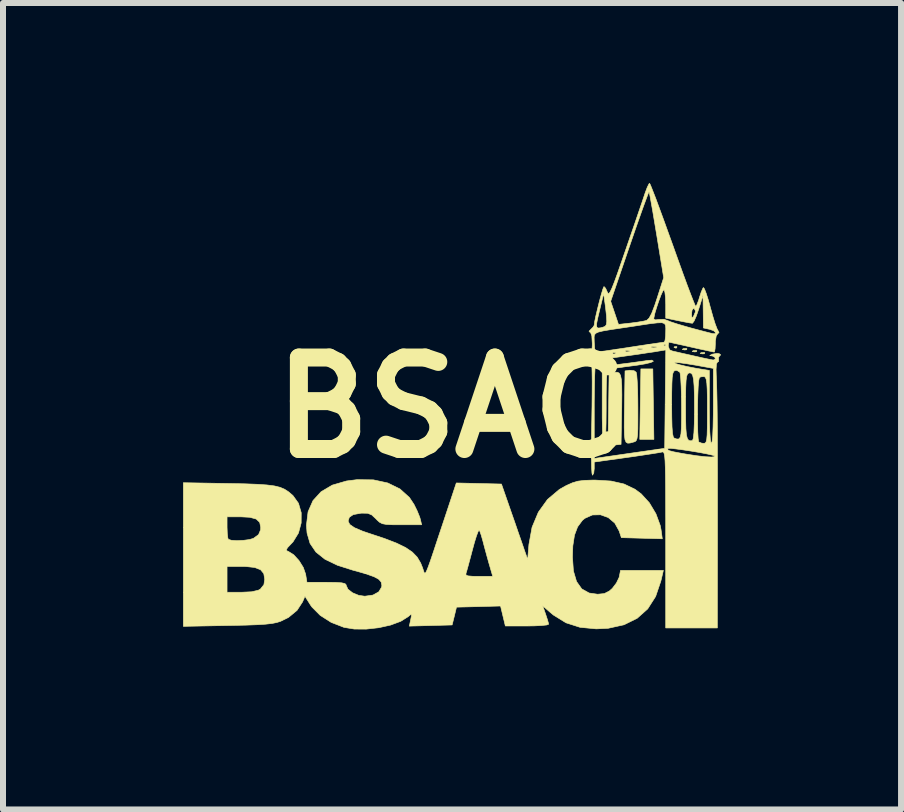
<source format=kicad_pcb>
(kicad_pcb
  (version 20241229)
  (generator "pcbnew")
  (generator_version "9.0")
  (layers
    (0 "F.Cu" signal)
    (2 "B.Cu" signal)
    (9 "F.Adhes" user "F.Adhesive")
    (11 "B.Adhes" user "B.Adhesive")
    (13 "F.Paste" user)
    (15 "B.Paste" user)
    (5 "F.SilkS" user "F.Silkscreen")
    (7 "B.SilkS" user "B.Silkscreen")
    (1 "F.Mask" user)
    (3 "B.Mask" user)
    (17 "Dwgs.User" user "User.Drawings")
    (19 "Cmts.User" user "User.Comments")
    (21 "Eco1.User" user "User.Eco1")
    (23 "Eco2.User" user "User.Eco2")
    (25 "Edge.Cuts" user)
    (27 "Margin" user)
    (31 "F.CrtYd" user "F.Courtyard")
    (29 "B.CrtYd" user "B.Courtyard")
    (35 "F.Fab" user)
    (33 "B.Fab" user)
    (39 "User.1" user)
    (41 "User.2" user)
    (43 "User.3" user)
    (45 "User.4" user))
  (footprint "BSAC"
    (layer "F.Cu")
    (at 4.47 3.742)
    (property "Reference" "BSAC" (at 0 0 0) (layer "F.SilkS") (effects (font (size 1.524 1.524) (thickness 0.3))))
    (attr through_hole)
    (fp_poly (pts (xy 3.366 -0.058) (xy 3.375 0.529) (xy 3.14 0.529) (xy 3.149 -0.058) (xy 3.158 -0.645) (xy 3.357 -0.645) (xy 3.366 -0.058)) (stroke (width 0.01) (type solid)) (fill yes) (layer "F.SilkS"))
    (fp_poly (pts (xy 3.759 -1.014) (xy 3.755 -0.995) (xy 3.737 -0.992) (xy 3.71 -1.004) (xy 3.715 -1.014) (xy 3.754 -1.018) (xy 3.759 -1.014)) (stroke (width 0.01) (type solid)) (fill yes) (layer "F.SilkS"))
    (fp_poly (pts (xy 3.927 -0.979) (xy 3.917 -0.964) (xy 3.883 -0.962) (xy 3.848 -0.97) (xy 3.863 -0.982) (xy 3.915 -0.986) (xy 3.927 -0.979)) (stroke (width 0.01) (type solid)) (fill yes) (layer "F.SilkS"))
    (fp_poly (pts (xy 4.092 -0.946) (xy 4.082 -0.931) (xy 4.049 -0.929) (xy 4.013 -0.937) (xy 4.029 -0.949) (xy 4.08 -0.953) (xy 4.092 -0.946)) (stroke (width 0.01) (type solid)) (fill yes) (layer "F.SilkS"))
    (fp_poly (pts (xy 4.224 -0.913) (xy 4.215 -0.898) (xy 4.181 -0.896) (xy 4.146 -0.904) (xy 4.161 -0.916) (xy 4.213 -0.92) (xy 4.224 -0.913)) (stroke (width 0.01) (type solid)) (fill yes) (layer "F.SilkS"))
    (fp_poly (pts (xy 2.795 -0.577) (xy 2.818 -0.54) (xy 2.832 -0.473) (xy 2.839 -0.366) (xy 2.841 -0.213) (xy 2.839 -0.004) (xy 2.837 0.083) (xy 2.828 0.612) (xy 2.611 0.633) (xy 2.62 0.027) (xy 2.629 -0.579) (xy 2.719 -0.589) (xy 2.763 -0.59) (xy 2.795 -0.577)) (stroke (width 0.01) (type solid)) (fill yes) (layer "F.SilkS"))
    (fp_poly (pts (xy 3.045 -0.615) (xy 3.08 -0.59) (xy 3.089 -0.543) (xy 3.097 -0.443) (xy 3.104 -0.3) (xy 3.107 -0.127) (xy 3.108 0.004) (xy 3.108 0.207) (xy 3.107 0.352) (xy 3.103 0.452) (xy 3.094 0.514) (xy 3.081 0.548) (xy 3.061 0.566) (xy 3.034 0.574) (xy 2.979 0.589) (xy 2.939 0.592) (xy 2.911 0.575) (xy 2.893 0.532) (xy 2.884 0.452) (xy 2.881 0.329) (xy 2.882 0.153) (xy 2.885 -0.008) (xy 2.894 -0.612) (xy 2.973 -0.623) (xy 3.045 -0.615)) (stroke (width 0.01) (type solid)) (fill yes) (layer "F.SilkS"))
    (fp_poly (pts (xy 3.365 -0.776) (xy 3.363 -0.77) (xy 3.323 -0.752) (xy 3.232 -0.73) (xy 3.107 -0.709) (xy 3.019 -0.697) (xy 2.874 -0.678) (xy 2.749 -0.66) (xy 2.663 -0.646) (xy 2.638 -0.641) (xy 2.618 -0.63) (xy 2.603 -0.604) (xy 2.592 -0.556) (xy 2.586 -0.475) (xy 2.582 -0.353) (xy 2.58 -0.182) (xy 2.58 0.019) (xy 2.578 0.258) (xy 2.573 0.445) (xy 2.565 0.576) (xy 2.555 0.648) (xy 2.547 0.661) (xy 2.535 0.629) (xy 2.525 0.534) (xy 2.518 0.381) (xy 2.514 0.173) (xy 2.514 -0.012) (xy 2.514 -0.686) (xy 2.819 -0.725) (xy 2.972 -0.744) (xy 3.116 -0.764) (xy 3.226 -0.779) (xy 3.254 -0.784) (xy 3.34 -0.791) (xy 3.365 -0.776)) (stroke (width 0.01) (type solid)) (fill yes) (layer "F.SilkS"))
    (fp_poly (pts (xy -1.299 1.203) (xy -1.059 1.255) (xy -0.857 1.354) (xy -0.699 1.496) (xy -0.622 1.612) (xy -0.569 1.72) (xy -0.528 1.821) (xy -0.516 1.86) (xy -0.495 1.951) (xy -0.829 1.951) (xy -0.982 1.951) (xy -1.083 1.946) (xy -1.149 1.934) (xy -1.196 1.91) (xy -1.238 1.872) (xy -1.259 1.85) (xy -1.327 1.787) (xy -1.393 1.76) (xy -1.489 1.758) (xy -1.508 1.759) (xy -1.634 1.782) (xy -1.7 1.827) (xy -1.72 1.89) (xy -1.693 1.946) (xy -1.613 2.001) (xy -1.476 2.059) (xy -1.37 2.095) (xy -1.114 2.18) (xy -0.914 2.257) (xy -0.762 2.331) (xy -0.65 2.407) (xy -0.569 2.491) (xy -0.511 2.589) (xy -0.48 2.666) (xy -0.466 2.709) (xy -0.455 2.742) (xy -0.444 2.759) (xy -0.43 2.753) (xy -0.412 2.72) (xy -0.385 2.653) (xy -0.347 2.547) (xy -0.296 2.396) (xy -0.229 2.193) (xy -0.145 1.942) (xy 0.083 1.255) (xy 0.459 1.264) (xy 0.835 1.273) (xy 0.996 1.736) (xy 1.059 1.916) (xy 1.118 2.088) (xy 1.17 2.236) (xy 1.207 2.344) (xy 1.214 2.365) (xy 1.272 2.53) (xy 1.293 2.278) (xy 1.345 1.993) (xy 1.45 1.742) (xy 1.602 1.53) (xy 1.8 1.363) (xy 1.913 1.299) (xy 2.016 1.253) (xy 2.109 1.225) (xy 2.216 1.212) (xy 2.36 1.207) (xy 2.398 1.207) (xy 2.661 1.223) (xy 2.877 1.272) (xy 3.059 1.359) (xy 3.163 1.436) (xy 3.299 1.585) (xy 3.409 1.769) (xy 3.48 1.962) (xy 3.494 2.032) (xy 3.515 2.185) (xy 2.833 2.166) (xy 2.796 2.055) (xy 2.723 1.923) (xy 2.614 1.831) (xy 2.485 1.785) (xy 2.35 1.788) (xy 2.225 1.844) (xy 2.183 1.879) (xy 2.104 1.986) (xy 2.052 2.124) (xy 2.024 2.304) (xy 2.018 2.49) (xy 2.034 2.721) (xy 2.086 2.897) (xy 2.173 3.02) (xy 2.297 3.089) (xy 2.438 3.109) (xy 2.549 3.098) (xy 2.632 3.056) (xy 2.682 3.012) (xy 2.75 2.923) (xy 2.795 2.83) (xy 2.799 2.813) (xy 2.819 2.712) (xy 3.533 2.712) (xy 3.491 2.89) (xy 3.404 3.146) (xy 3.272 3.353) (xy 3.096 3.51) (xy 2.877 3.618) (xy 2.615 3.676) (xy 2.414 3.686) (xy 2.144 3.66) (xy 1.91 3.585) (xy 1.7 3.455) (xy 1.644 3.408) (xy 1.522 3.301) (xy 1.571 3.441) (xy 1.601 3.532) (xy 1.619 3.596) (xy 1.621 3.609) (xy 1.59 3.621) (xy 1.506 3.63) (xy 1.383 3.636) (xy 1.26 3.638) (xy 0.9 3.638) (xy 0.86 3.472) (xy 0.82 3.305) (xy 0.453 3.315) (xy 0.086 3.324) (xy 0.05 3.473) (xy 0.013 3.621) (xy -0.7 3.64) (xy -0.677 3.532) (xy -0.663 3.46) (xy -0.672 3.444) (xy -0.711 3.475) (xy -0.72 3.483) (xy -0.843 3.56) (xy -1.013 3.623) (xy -1.211 3.667) (xy -1.418 3.69) (xy -1.617 3.689) (xy -1.788 3.661) (xy -1.788 3.661) (xy -2.002 3.578) (xy -2.185 3.461) (xy -2.323 3.322) (xy -2.347 3.288) (xy -2.439 3.142) (xy -2.479 3.237) (xy -2.571 3.378) (xy -2.714 3.496) (xy -2.845 3.56) (xy -2.908 3.58) (xy -2.988 3.596) (xy -3.095 3.608) (xy -3.238 3.617) (xy -3.426 3.624) (xy -3.668 3.629) (xy -3.729 3.63) (xy -4.465 3.644) (xy -4.465 2.646) (xy -3.737 2.646) (xy -3.737 3.076) (xy -3.497 3.076) (xy -3.327 3.068) (xy -3.216 3.042) (xy -3.182 3.024) (xy -3.123 2.95) (xy -3.109 2.861) (xy -3.125 2.765) (xy -3.178 2.701) (xy -3.276 2.663) (xy -3.427 2.647) (xy -3.497 2.646) (xy -3.737 2.646) (xy -4.465 2.646) (xy -4.465 1.819) (xy -3.737 1.819) (xy -3.737 1.995) (xy -3.733 2.098) (xy -3.724 2.172) (xy -3.715 2.194) (xy -3.665 2.21) (xy -3.573 2.216) (xy -3.465 2.211) (xy -3.364 2.198) (xy -3.297 2.178) (xy -3.212 2.116) (xy -3.178 2.035) (xy -3.176 1.995) (xy -3.193 1.911) (xy -3.251 1.856) (xy -3.358 1.827) (xy -3.508 1.819) (xy -3.737 1.819) (xy -4.465 1.819) (xy -4.465 1.251) (xy -3.712 1.264) (xy -3.446 1.269) (xy -3.236 1.277) (xy -3.074 1.288) (xy -2.95 1.304) (xy -2.855 1.327) (xy -2.779 1.359) (xy -2.713 1.402) (xy -2.648 1.457) (xy -2.639 1.465) (xy -2.547 1.593) (xy -2.501 1.751) (xy -2.502 1.922) (xy -2.547 2.089) (xy -2.638 2.237) (xy -2.666 2.266) (xy -2.73 2.334) (xy -2.75 2.371) (xy -2.732 2.39) (xy -2.713 2.397) (xy -2.627 2.451) (xy -2.539 2.547) (xy -2.467 2.662) (xy -2.427 2.776) (xy -2.427 2.779) (xy -2.406 2.91) (xy -2.079 2.91) (xy -1.925 2.912) (xy -1.826 2.919) (xy -1.772 2.932) (xy -1.753 2.952) (xy -1.753 2.958) (xy -1.723 3.025) (xy -1.646 3.085) (xy -1.542 3.128) (xy -1.442 3.142) (xy -1.306 3.123) (xy -1.209 3.069) (xy -1.161 2.989) (xy -1.158 2.959) (xy -1.169 2.906) (xy -1.209 2.86) (xy -1.286 2.818) (xy -1.37 2.788) (xy 0.244 2.788) (xy 0.276 2.803) (xy 0.354 2.81) (xy 0.457 2.811) (xy 0.69 2.811) (xy 0.625 2.588) (xy 0.586 2.448) (xy 0.548 2.308) (xy 0.524 2.216) (xy 0.497 2.122) (xy 0.473 2.056) (xy 0.465 2.042) (xy 0.448 2.061) (xy 0.42 2.133) (xy 0.385 2.246) (xy 0.353 2.364) (xy 0.314 2.511) (xy 0.28 2.637) (xy 0.255 2.727) (xy 0.244 2.761) (xy 0.244 2.788) (xy -1.37 2.788) (xy -1.41 2.773) (xy -1.588 2.722) (xy -1.632 2.711) (xy -1.899 2.626) (xy -2.106 2.526) (xy -2.256 2.406) (xy -2.354 2.262) (xy -2.404 2.09) (xy -2.414 1.958) (xy -2.387 1.735) (xy -2.305 1.549) (xy -2.17 1.401) (xy -1.984 1.291) (xy -1.747 1.222) (xy -1.573 1.2) (xy -1.299 1.203)) (stroke (width 0.01) (type solid)) (fill yes) (layer "F.SilkS"))
    (fp_poly (pts (xy 3.319 -3.707) (xy 3.353 -3.621) (xy 3.405 -3.488) (xy 3.469 -3.315) (xy 3.545 -3.108) (xy 3.629 -2.875) (xy 3.688 -2.712) (xy 3.776 -2.466) (xy 3.857 -2.241) (xy 3.929 -2.045) (xy 3.99 -1.884) (xy 4.036 -1.767) (xy 4.064 -1.7) (xy 4.072 -1.687) (xy 4.092 -1.716) (xy 4.12 -1.789) (xy 4.134 -1.836) (xy 4.164 -1.928) (xy 4.191 -1.989) (xy 4.201 -2.001) (xy 4.218 -1.977) (xy 4.247 -1.902) (xy 4.284 -1.786) (xy 4.318 -1.661) (xy 4.359 -1.515) (xy 4.397 -1.393) (xy 4.429 -1.31) (xy 4.446 -1.279) (xy 4.46 -1.248) (xy 4.44 -1.235) (xy 4.413 -1.192) (xy 4.399 -1.104) (xy 4.399 -1.072) (xy 4.395 -0.984) (xy 4.386 -0.932) (xy 4.38 -0.926) (xy 4.342 -0.933) (xy 4.254 -0.952) (xy 4.128 -0.979) (xy 3.995 -1.009) (xy 3.85 -1.042) (xy 3.731 -1.068) (xy 3.651 -1.086) (xy 3.624 -1.091) (xy 3.618 -1.064) (xy 3.614 -1.025) (xy 3.636 -0.964) (xy 3.681 -0.944) (xy 3.746 -0.929) (xy 3.855 -0.904) (xy 3.989 -0.874) (xy 4.046 -0.861) (xy 4.178 -0.831) (xy 4.287 -0.808) (xy 4.355 -0.795) (xy 4.368 -0.794) (xy 4.399 -0.81) (xy 4.389 -0.841) (xy 4.347 -0.862) (xy 4.341 -0.862) (xy 4.306 -0.867) (xy 4.331 -0.883) (xy 4.349 -0.891) (xy 4.425 -0.904) (xy 4.463 -0.899) (xy 4.489 -0.878) (xy 4.473 -0.868) (xy 4.45 -0.832) (xy 4.454 -0.808) (xy 4.452 -0.767) (xy 4.436 -0.761) (xy 4.417 -0.729) (xy 4.411 -0.636) (xy 4.414 -0.537) (xy 4.419 -0.43) (xy 4.423 -0.287) (xy 4.427 -0.106) (xy 4.43 0.117) (xy 4.432 0.386) (xy 4.433 0.705) (xy 4.434 1.078) (xy 4.434 1.507) (xy 4.434 1.997) (xy 4.434 2.257) (xy 4.432 3.671) (xy 3.572 3.671) (xy 3.572 2.197) (xy 3.572 1.846) (xy 3.571 1.556) (xy 3.57 1.32) (xy 3.568 1.134) (xy 3.565 0.992) (xy 3.561 0.887) (xy 3.555 0.815) (xy 3.547 0.77) (xy 3.538 0.746) (xy 3.526 0.738) (xy 3.514 0.739) (xy 3.463 0.749) (xy 3.358 0.766) (xy 3.213 0.788) (xy 3.04 0.814) (xy 2.919 0.831) (xy 2.381 0.906) (xy 2.381 1.015) (xy 2.373 1.089) (xy 2.354 1.124) (xy 2.351 1.124) (xy 2.343 1.092) (xy 2.337 1.001) (xy 2.334 0.855) (xy 2.334 0.662) (xy 2.336 0.428) (xy 2.34 0.219) (xy 2.343 0.027) (xy 2.381 0.027) (xy 2.381 0.847) (xy 2.968 0.762) (xy 3.408 0.699) (xy 3.603 0.699) (xy 3.631 0.717) (xy 3.704 0.736) (xy 3.83 0.76) (xy 3.905 0.773) (xy 4.086 0.801) (xy 4.232 0.818) (xy 4.335 0.823) (xy 4.387 0.817) (xy 4.388 0.805) (xy 4.348 0.791) (xy 4.26 0.771) (xy 4.139 0.748) (xy 4.002 0.725) (xy 3.865 0.704) (xy 3.743 0.688) (xy 3.653 0.678) (xy 3.61 0.679) (xy 3.609 0.68) (xy 3.603 0.699) (xy 3.408 0.699) (xy 3.555 0.678) (xy 3.563 -0.053) (xy 3.671 -0.053) (xy 3.673 0.164) (xy 3.677 0.322) (xy 3.685 0.428) (xy 3.698 0.488) (xy 3.712 0.507) (xy 3.757 0.523) (xy 3.79 0.522) (xy 3.812 0.496) (xy 3.826 0.438) (xy 3.833 0.337) (xy 3.836 0.187) (xy 3.836 -0.008) (xy 3.836 -0.016) (xy 3.903 -0.016) (xy 3.904 0.196) (xy 3.908 0.35) (xy 3.917 0.454) (xy 3.933 0.517) (xy 3.957 0.547) (xy 3.991 0.553) (xy 4.018 0.548) (xy 4.031 0.513) (xy 4.042 0.418) (xy 4.048 0.27) (xy 4.051 0.108) (xy 4.102 0.108) (xy 4.103 0.267) (xy 4.106 0.406) (xy 4.112 0.511) (xy 4.12 0.568) (xy 4.123 0.573) (xy 4.172 0.592) (xy 4.206 0.595) (xy 4.228 0.591) (xy 4.244 0.572) (xy 4.255 0.529) (xy 4.262 0.453) (xy 4.265 0.334) (xy 4.266 0.163) (xy 4.266 0.049) (xy 4.266 -0.157) (xy 4.263 -0.305) (xy 4.257 -0.406) (xy 4.247 -0.469) (xy 4.233 -0.504) (xy 4.213 -0.518) (xy 4.153 -0.513) (xy 4.131 -0.493) (xy 4.121 -0.445) (xy 4.113 -0.348) (xy 4.107 -0.213) (xy 4.103 -0.057) (xy 4.102 0.108) (xy 4.051 0.108) (xy 4.051 0.077) (xy 4.051 0.03) (xy 4.05 -0.193) (xy 4.045 -0.358) (xy 4.036 -0.471) (xy 4.02 -0.541) (xy 3.998 -0.574) (xy 3.967 -0.579) (xy 3.953 -0.575) (xy 3.934 -0.558) (xy 3.92 -0.52) (xy 3.911 -0.45) (xy 3.906 -0.339) (xy 3.903 -0.179) (xy 3.903 -0.016) (xy 3.836 -0.016) (xy 3.834 -0.193) (xy 3.829 -0.356) (xy 3.822 -0.485) (xy 3.813 -0.568) (xy 3.806 -0.592) (xy 3.755 -0.622) (xy 3.724 -0.618) (xy 3.704 -0.602) (xy 3.69 -0.567) (xy 3.68 -0.502) (xy 3.675 -0.399) (xy 3.672 -0.249) (xy 3.671 -0.053) (xy 3.563 -0.053) (xy 3.564 -0.142) (xy 3.571 -0.751) (xy 3.716 -0.751) (xy 3.736 -0.735) (xy 3.809 -0.713) (xy 3.923 -0.686) (xy 4.066 -0.658) (xy 4.166 -0.641) (xy 4.299 -0.62) (xy 4.299 -0.012) (xy 4.301 0.218) (xy 4.306 0.398) (xy 4.315 0.522) (xy 4.326 0.587) (xy 4.333 0.595) (xy 4.345 0.563) (xy 4.355 0.469) (xy 4.361 0.317) (xy 4.365 0.111) (xy 4.366 -0.029) (xy 4.366 -0.654) (xy 4.049 -0.711) (xy 3.913 -0.733) (xy 3.802 -0.748) (xy 3.732 -0.753) (xy 3.716 -0.751) (xy 3.571 -0.751) (xy 3.573 -0.962) (xy 3.465 -0.944) (xy 3.383 -0.93) (xy 3.259 -0.912) (xy 3.109 -0.889) (xy 2.945 -0.866) (xy 2.782 -0.843) (xy 2.633 -0.822) (xy 2.512 -0.806) (xy 2.434 -0.796) (xy 2.413 -0.794) (xy 2.403 -0.762) (xy 2.395 -0.669) (xy 2.388 -0.523) (xy 2.384 -0.329) (xy 2.381 -0.092) (xy 2.381 0.027) (xy 2.343 0.027) (xy 2.344 -0.022) (xy 2.346 -0.242) (xy 2.347 -0.433) (xy 2.345 -0.586) (xy 2.342 -0.691) (xy 2.338 -0.74) (xy 2.338 -0.741) (xy 2.321 -0.798) (xy 2.319 -0.815) (xy 2.297 -0.849) (xy 2.277 -0.864) (xy 2.259 -0.882) (xy 2.458 -0.882) (xy 2.463 -0.862) (xy 2.48 -0.86) (xy 2.508 -0.872) (xy 2.503 -0.882) (xy 2.463 -0.886) (xy 2.458 -0.882) (xy 2.259 -0.882) (xy 2.254 -0.886) (xy 2.29 -0.892) (xy 2.324 -0.904) (xy 2.329 -0.915) (xy 2.69 -0.915) (xy 2.694 -0.895) (xy 2.712 -0.893) (xy 2.739 -0.905) (xy 2.734 -0.915) (xy 2.695 -0.919) (xy 2.69 -0.915) (xy 2.329 -0.915) (xy 2.342 -0.947) (xy 2.348 -1.036) (xy 2.348 -1.075) (xy 2.342 -1.176) (xy 2.379 -1.176) (xy 2.38 -1.129) (xy 2.381 -1.09) (xy 2.389 -0.977) (xy 2.413 -0.929) (xy 2.423 -0.927) (xy 2.468 -0.932) (xy 2.483 -0.934) (xy 2.892 -0.934) (xy 2.924 -0.929) (xy 2.967 -0.935) (xy 2.968 -0.946) (xy 2.923 -0.954) (xy 2.904 -0.949) (xy 2.892 -0.934) (xy 2.483 -0.934) (xy 2.567 -0.945) (xy 2.707 -0.966) (xy 2.728 -0.969) (xy 3.096 -0.969) (xy 3.142 -0.964) (xy 3.189 -0.97) (xy 3.183 -0.981) (xy 3.116 -0.985) (xy 3.101 -0.981) (xy 3.096 -0.969) (xy 2.728 -0.969) (xy 2.876 -0.991) (xy 2.948 -1.002) (xy 3.328 -1.002) (xy 3.373 -0.997) (xy 3.42 -1.003) (xy 3.415 -1.014) (xy 3.347 -1.018) (xy 3.332 -1.014) (xy 3.328 -1.002) (xy 2.948 -1.002) (xy 2.993 -1.009) (xy 3.173 -1.037) (xy 3.208 -1.042) (xy 3.539 -1.042) (xy 3.555 -1.025) (xy 3.572 -1.042) (xy 3.555 -1.058) (xy 3.539 -1.042) (xy 3.208 -1.042) (xy 3.33 -1.06) (xy 3.452 -1.078) (xy 3.528 -1.089) (xy 3.547 -1.091) (xy 3.561 -1.121) (xy 3.57 -1.197) (xy 3.572 -1.257) (xy 3.573 -1.324) (xy 3.569 -1.371) (xy 3.551 -1.401) (xy 3.509 -1.415) (xy 3.436 -1.413) (xy 3.32 -1.4) (xy 3.153 -1.375) (xy 3.032 -1.356) (xy 2.81 -1.323) (xy 2.644 -1.298) (xy 2.527 -1.278) (xy 2.45 -1.259) (xy 2.405 -1.238) (xy 2.384 -1.211) (xy 2.379 -1.176) (xy 2.342 -1.176) (xy 2.341 -1.195) (xy 2.32 -1.252) (xy 2.307 -1.258) (xy 2.294 -1.273) (xy 2.323 -1.303) (xy 2.367 -1.347) (xy 2.42 -1.347) (xy 2.44 -1.326) (xy 2.482 -1.329) (xy 2.531 -1.342) (xy 2.564 -1.356) (xy 2.583 -1.384) (xy 2.59 -1.439) (xy 2.585 -1.53) (xy 2.569 -1.671) (xy 2.558 -1.753) (xy 2.555 -1.772) (xy 2.655 -1.772) (xy 2.785 -1.387) (xy 2.988 -1.409) (xy 3.108 -1.425) (xy 3.207 -1.442) (xy 3.255 -1.454) (xy 3.279 -1.476) (xy 3.373 -1.476) (xy 3.401 -1.462) (xy 3.456 -1.469) (xy 3.542 -1.472) (xy 3.596 -1.454) (xy 3.651 -1.431) (xy 3.754 -1.397) (xy 3.889 -1.357) (xy 4.002 -1.325) (xy 4.167 -1.281) (xy 4.279 -1.252) (xy 4.347 -1.235) (xy 4.383 -1.231) (xy 4.397 -1.235) (xy 4.399 -1.247) (xy 4.399 -1.254) (xy 4.37 -1.282) (xy 4.301 -1.306) (xy 4.299 -1.306) (xy 4.2 -1.328) (xy 4.197 -1.598) (xy 4.193 -1.869) (xy 4.12 -1.637) (xy 4.081 -1.525) (xy 4.045 -1.443) (xy 4.018 -1.406) (xy 4.016 -1.406) (xy 3.97 -1.412) (xy 3.879 -1.429) (xy 3.779 -1.449) (xy 3.572 -1.492) (xy 3.572 -1.563) (xy 4.002 -1.563) (xy 4.007 -1.505) (xy 4.024 -1.507) (xy 4.035 -1.521) (xy 4.063 -1.587) (xy 4.067 -1.612) (xy 4.047 -1.651) (xy 4.035 -1.654) (xy 4.011 -1.625) (xy 4.002 -1.563) (xy 3.572 -1.563) (xy 3.572 -1.72) (xy 3.568 -1.836) (xy 3.558 -1.924) (xy 3.544 -1.965) (xy 3.543 -1.965) (xy 3.524 -1.943) (xy 3.493 -1.875) (xy 3.457 -1.779) (xy 3.421 -1.672) (xy 3.391 -1.572) (xy 3.375 -1.496) (xy 3.373 -1.476) (xy 3.279 -1.476) (xy 3.294 -1.489) (xy 3.338 -1.571) (xy 3.39 -1.707) (xy 3.428 -1.822) (xy 3.538 -2.166) (xy 3.422 -2.875) (xy 3.387 -3.084) (xy 3.356 -3.269) (xy 3.329 -3.421) (xy 3.309 -3.531) (xy 3.297 -3.589) (xy 3.294 -3.596) (xy 3.281 -3.569) (xy 3.25 -3.487) (xy 3.202 -3.357) (xy 3.142 -3.188) (xy 3.071 -2.986) (xy 2.993 -2.76) (xy 2.969 -2.69) (xy 2.655 -1.772) (xy 2.555 -1.772) (xy 2.538 -1.902) (xy 2.478 -1.654) (xy 2.441 -1.5) (xy 2.421 -1.402) (xy 2.42 -1.347) (xy 2.367 -1.347) (xy 2.37 -1.35) (xy 2.381 -1.376) (xy 2.388 -1.433) (xy 2.408 -1.529) (xy 2.436 -1.647) (xy 2.467 -1.772) (xy 2.498 -1.886) (xy 2.524 -1.973) (xy 2.542 -2.016) (xy 2.544 -2.017) (xy 2.57 -1.99) (xy 2.599 -1.926) (xy 2.611 -1.904) (xy 2.626 -1.903) (xy 2.646 -1.929) (xy 2.675 -1.989) (xy 2.715 -2.089) (xy 2.768 -2.235) (xy 2.837 -2.433) (xy 2.905 -2.629) (xy 2.983 -2.856) (xy 3.057 -3.069) (xy 3.122 -3.261) (xy 3.176 -3.418) (xy 3.214 -3.532) (xy 3.23 -3.58) (xy 3.264 -3.67) (xy 3.292 -3.727) (xy 3.303 -3.737) (xy 3.319 -3.707)) (stroke (width 0.01) (type solid)) (fill yes) (layer "F.SilkS")))
  (gr_rect
    (start -3 -3)
    (end 11.963 10.437)
    (stroke (width 0.1) (type default))
    (fill no)
    (layer "Edge.Cuts")))
</source>
